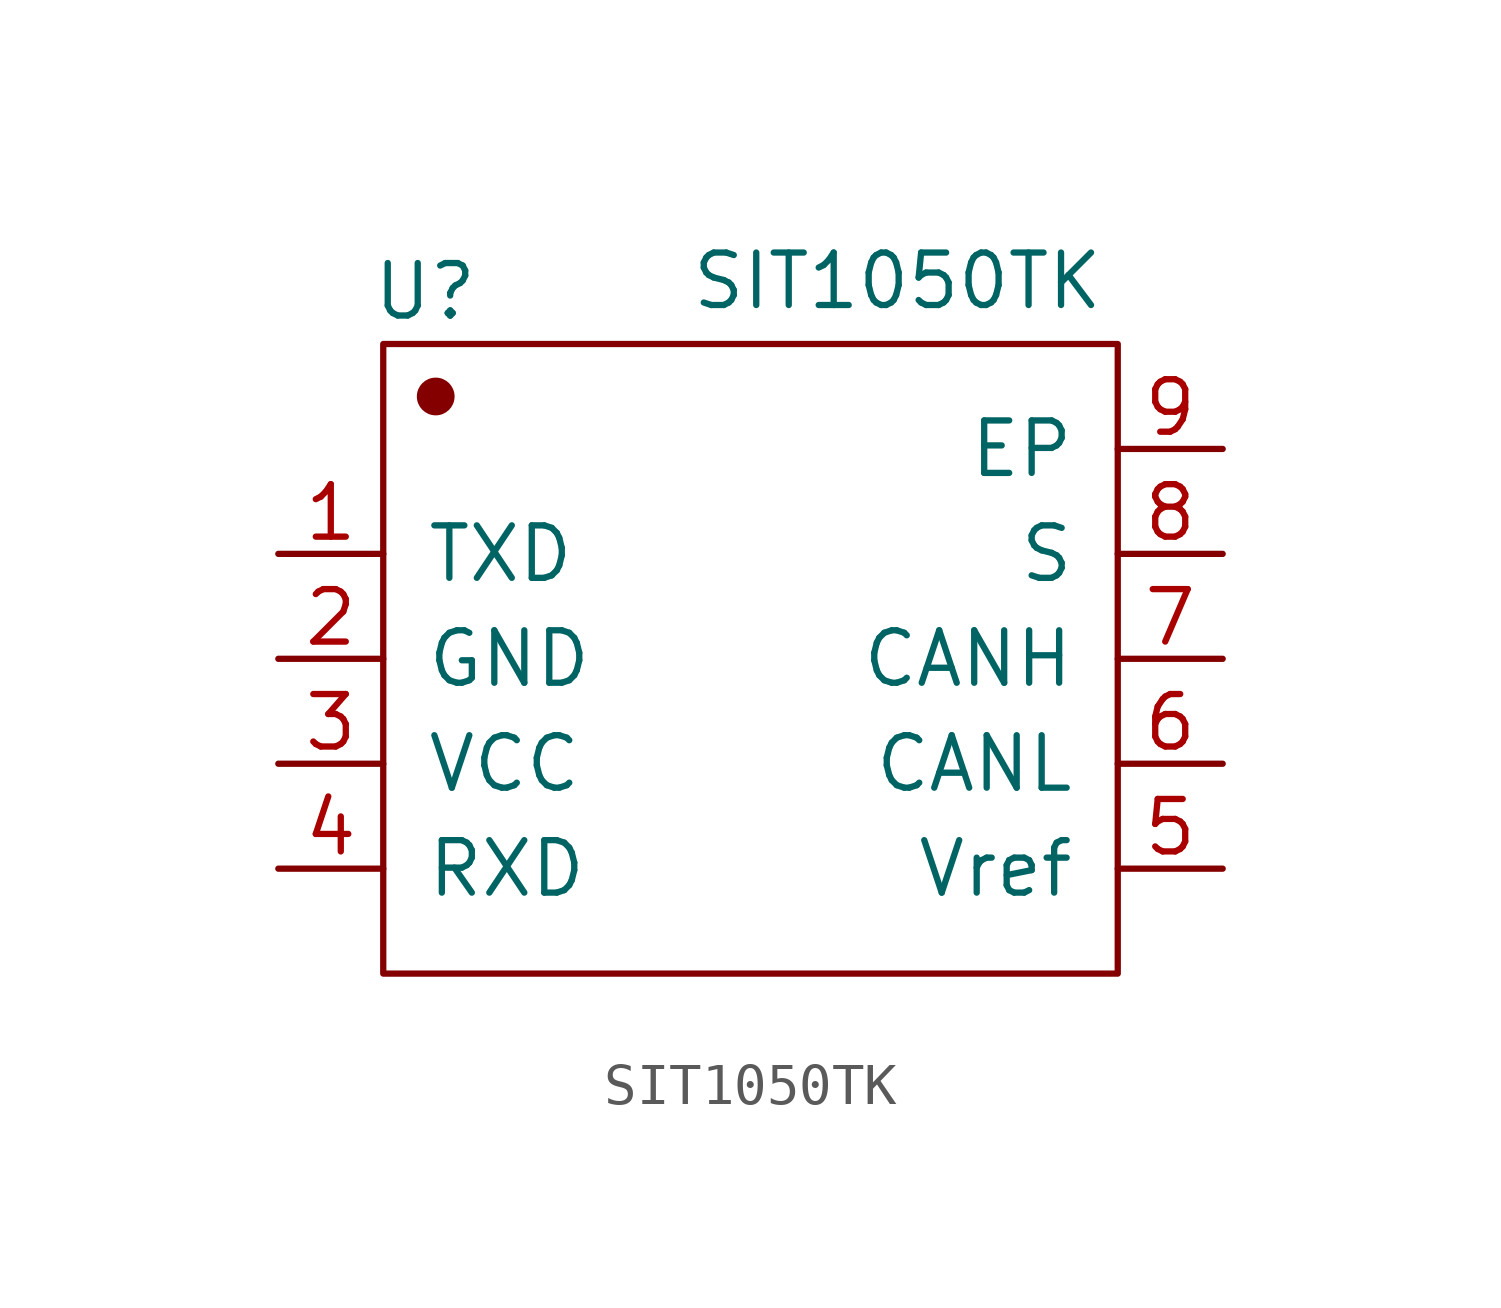
<source format=kicad_sym>
(kicad_symbol_lib
  (version 20231120)
  (generator "kicad_symbol_editor")
  (generator_version "8.0")
  (symbol "SIT1050TK"
    (pin_names
      (offset 1.016))
    (property "Reference" "U"
      (at -7.874 8.89 0)
      (effects (font (size 1.27 1.27))))
    (property "Value" "SIT1050TK"
      (at 3.556 9.144 0)
      (effects (font (size 1.27 1.27))))
    (symbol "SIT1050TK_1_1"
      (rectangle (start -8.89 7.62) (end 8.89 -7.62) (stroke (width 0.152) (type solid)) (fill (type none)))
      (circle (center -7.62 6.35) (radius 0.381) (stroke (width 0.152) (type solid)) (fill (type outline)))
      (pin input line (at -11.43 2.54 0) (length 2.54) (name "TXD" (effects (font (size 1.27 1.27)))) (number "1" (effects (font (size 1.27 1.27)))))
      (pin input line (at -11.43 0 0) (length 2.54) (name "GND" (effects (font (size 1.27 1.27)))) (number "2" (effects (font (size 1.27 1.27)))))
      (pin input line (at -11.43 -2.54 0) (length 2.54) (name "VCC" (effects (font (size 1.27 1.27)))) (number "3" (effects (font (size 1.27 1.27)))))
      (pin input line (at -11.43 -5.08 0) (length 2.54) (name "RXD" (effects (font (size 1.27 1.27)))) (number "4" (effects (font (size 1.27 1.27)))))
      (pin input line (at 11.43 -5.08 180) (length 2.54) (name "Vref" (effects (font (size 1.27 1.27)))) (number "5" (effects (font (size 1.27 1.27)))))
      (pin input line (at 11.43 -2.54 180) (length 2.54) (name "CANL" (effects (font (size 1.27 1.27)))) (number "6" (effects (font (size 1.27 1.27)))))
      (pin input line (at 11.43 0 180) (length 2.54) (name "CANH" (effects (font (size 1.27 1.27)))) (number "7" (effects (font (size 1.27 1.27)))))
      (pin input line (at 11.43 2.54 180) (length 2.54) (name "S" (effects (font (size 1.27 1.27)))) (number "8" (effects (font (size 1.27 1.27)))))
      (pin input line (at 11.43 5.08 180) (length 2.54) (name "EP" (effects (font (size 1.27 1.27)))) (number "9" (effects (font (size 1.27 1.27))))))))
</source>
